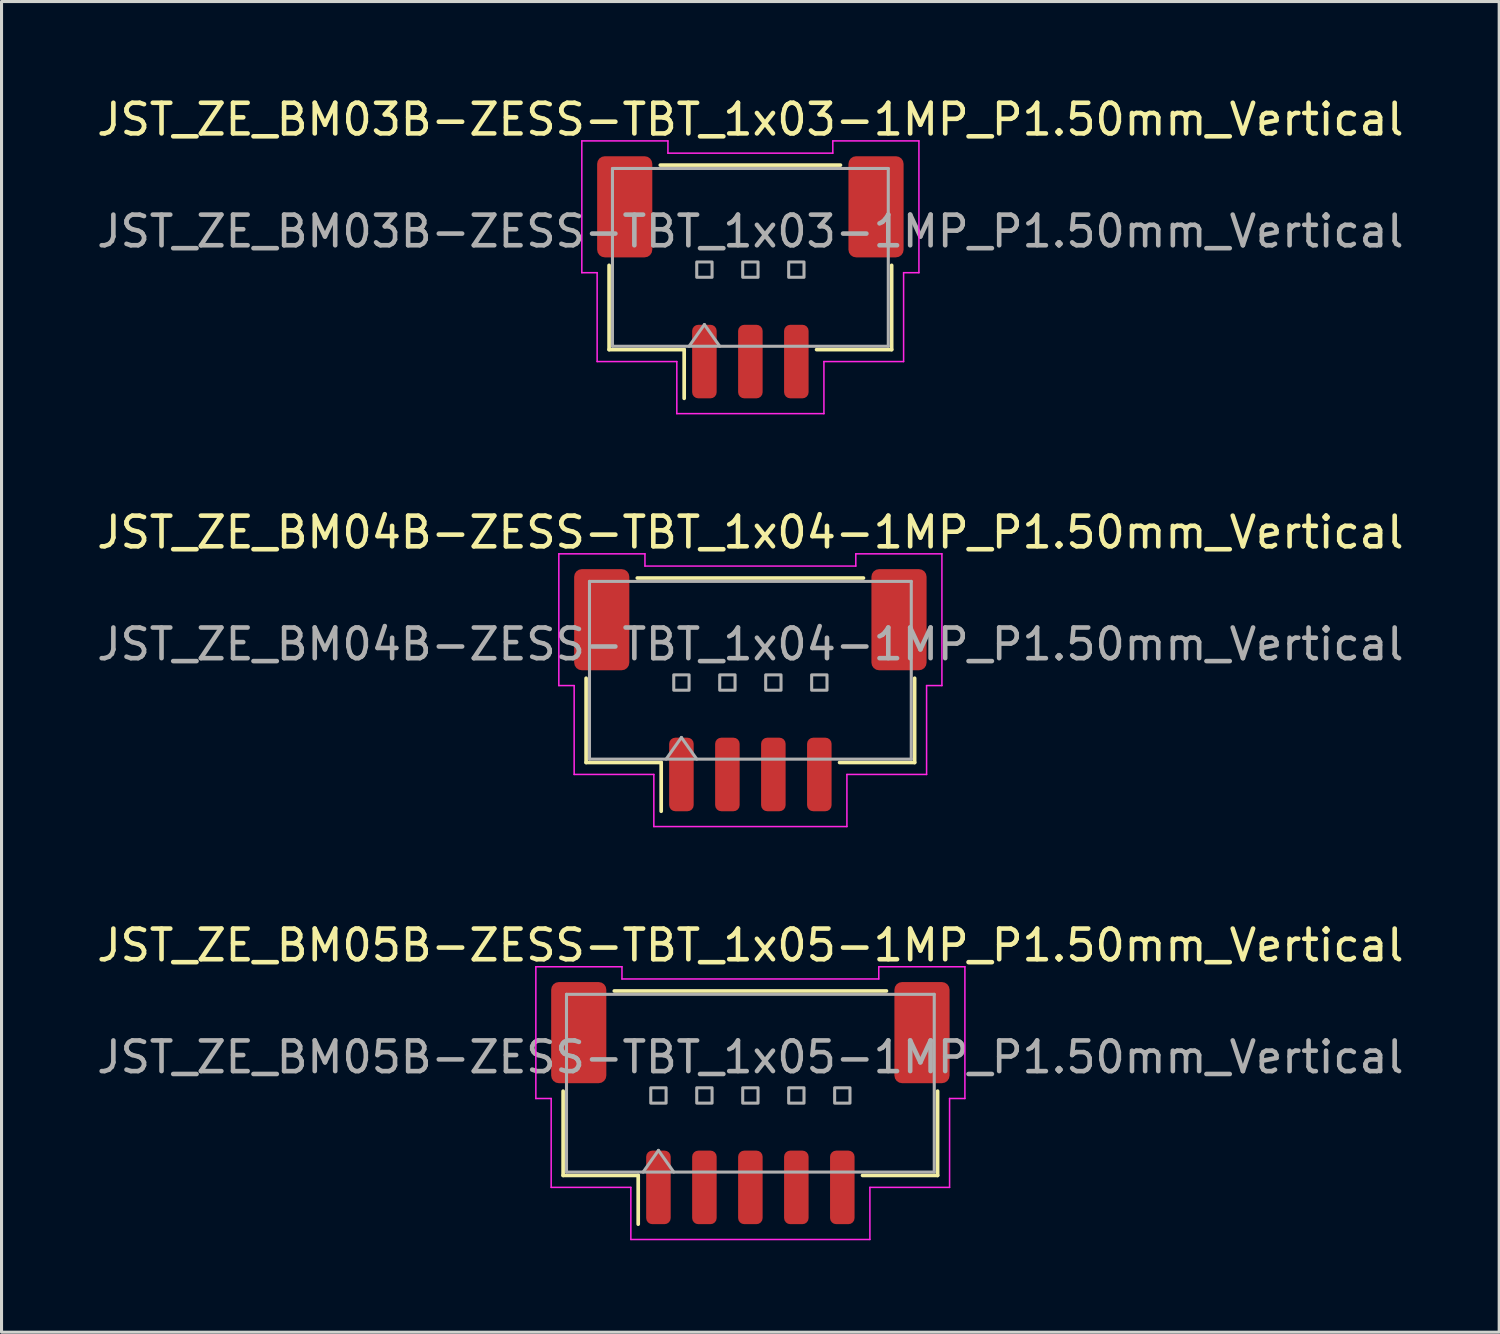
<source format=kicad_pcb>
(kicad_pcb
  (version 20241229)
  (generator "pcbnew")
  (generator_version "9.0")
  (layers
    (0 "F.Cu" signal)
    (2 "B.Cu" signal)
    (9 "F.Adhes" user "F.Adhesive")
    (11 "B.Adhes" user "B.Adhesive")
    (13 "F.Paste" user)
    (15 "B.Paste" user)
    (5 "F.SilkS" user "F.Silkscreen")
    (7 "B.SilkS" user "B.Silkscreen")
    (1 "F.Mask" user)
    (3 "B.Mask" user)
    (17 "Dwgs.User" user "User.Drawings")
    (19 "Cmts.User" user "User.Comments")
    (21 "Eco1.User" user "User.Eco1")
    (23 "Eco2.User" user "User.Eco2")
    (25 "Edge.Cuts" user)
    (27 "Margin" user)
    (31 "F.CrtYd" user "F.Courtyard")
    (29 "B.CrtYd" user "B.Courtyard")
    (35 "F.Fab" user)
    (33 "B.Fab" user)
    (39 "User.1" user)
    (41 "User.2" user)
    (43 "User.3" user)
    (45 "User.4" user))
  (footprint "JST_ZE_BM05B-ZESS-TBT_1x05-1MP_P1.50mm_Vertical"
    (layer "F.Cu")
    (at 21.435 32.945)
    (property "Reference" "JST_ZE_BM05B-ZESS-TBT_1x05-1MP_P1.50mm_Vertical" (at 0 -5.15 0) (layer "F.SilkS") (effects (font (size 1 1) (thickness 0.15))))
    (attr smd)
    (fp_line (start -6.11 -0.39) (end -6.11 2.36) (stroke (width 0.12) (type solid)) (layer "F.SilkS"))
    (fp_line (start -6.11 2.36) (end -3.66 2.36) (stroke (width 0.12) (type solid)) (layer "F.SilkS"))
    (fp_line (start -4.44 -3.66) (end 4.44 -3.66) (stroke (width 0.12) (type solid)) (layer "F.SilkS"))
    (fp_line (start -3.66 2.36) (end -3.66 3.95) (stroke (width 0.12) (type solid)) (layer "F.SilkS"))
    (fp_line (start 6.11 -0.39) (end 6.11 2.36) (stroke (width 0.12) (type solid)) (layer "F.SilkS"))
    (fp_line (start 6.11 2.36) (end 3.66 2.36) (stroke (width 0.12) (type solid)) (layer "F.SilkS"))
    (fp_line (start -7 -4.45) (end -4.19 -4.45) (stroke (width 0.05) (type solid)) (layer "F.CrtYd"))
    (fp_line (start -7 -0.15) (end -7 -4.45) (stroke (width 0.05) (type solid)) (layer "F.CrtYd"))
    (fp_line (start -6.5 -0.15) (end -7 -0.15) (stroke (width 0.05) (type solid)) (layer "F.CrtYd"))
    (fp_line (start -6.5 2.75) (end -6.5 -0.15) (stroke (width 0.05) (type solid)) (layer "F.CrtYd"))
    (fp_line (start -4.19 -4.45) (end -4.19 -4.05) (stroke (width 0.05) (type solid)) (layer "F.CrtYd"))
    (fp_line (start -4.19 -4.05) (end 4.19 -4.05) (stroke (width 0.05) (type solid)) (layer "F.CrtYd"))
    (fp_line (start -3.9 2.75) (end -6.5 2.75) (stroke (width 0.05) (type solid)) (layer "F.CrtYd"))
    (fp_line (start -3.9 4.45) (end -3.9 2.75) (stroke (width 0.05) (type solid)) (layer "F.CrtYd"))
    (fp_line (start 3.9 2.75) (end 3.9 4.45) (stroke (width 0.05) (type solid)) (layer "F.CrtYd"))
    (fp_line (start 3.9 4.45) (end -3.9 4.45) (stroke (width 0.05) (type solid)) (layer "F.CrtYd"))
    (fp_line (start 4.19 -4.45) (end 7 -4.45) (stroke (width 0.05) (type solid)) (layer "F.CrtYd"))
    (fp_line (start 4.19 -4.05) (end 4.19 -4.45) (stroke (width 0.05) (type solid)) (layer "F.CrtYd"))
    (fp_line (start 6.5 -0.15) (end 6.5 2.75) (stroke (width 0.05) (type solid)) (layer "F.CrtYd"))
    (fp_line (start 6.5 2.75) (end 3.9 2.75) (stroke (width 0.05) (type solid)) (layer "F.CrtYd"))
    (fp_line (start 7 -4.45) (end 7 -0.15) (stroke (width 0.05) (type solid)) (layer "F.CrtYd"))
    (fp_line (start 7 -0.15) (end 6.5 -0.15) (stroke (width 0.05) (type solid)) (layer "F.CrtYd"))
    (fp_line (start -6 -3.55) (end 6 -3.55) (stroke (width 0.1) (type solid)) (layer "F.Fab"))
    (fp_line (start -6 2.25) (end -6 -3.55) (stroke (width 0.1) (type solid)) (layer "F.Fab"))
    (fp_line (start -6 2.25) (end 6 2.25) (stroke (width 0.1) (type solid)) (layer "F.Fab"))
    (fp_line (start -3.5 2.25) (end -3 1.543) (stroke (width 0.1) (type solid)) (layer "F.Fab"))
    (fp_line (start -3 1.543) (end -2.5 2.25) (stroke (width 0.1) (type solid)) (layer "F.Fab"))
    (fp_line (start 6 2.25) (end 6 -3.55) (stroke (width 0.1) (type solid)) (layer "F.Fab"))
    (fp_rect (start -3.25 -0.5) (end -2.75 0) (stroke (width 0.1) (type solid)) (fill no) (layer "F.Fab"))
    (fp_rect (start -1.75 -0.5) (end -1.25 0) (stroke (width 0.1) (type solid)) (fill no) (layer "F.Fab"))
    (fp_rect (start -0.25 -0.5) (end 0.25 0) (stroke (width 0.1) (type solid)) (fill no) (layer "F.Fab"))
    (fp_rect (start 1.25 -0.5) (end 1.75 0) (stroke (width 0.1) (type solid)) (fill no) (layer "F.Fab"))
    (fp_rect (start 2.75 -0.5) (end 3.25 0) (stroke (width 0.1) (type solid)) (fill no) (layer "F.Fab"))
    (fp_text user "${REFERENCE}" (at 0 -1.5 0) (layer "F.Fab") (effects (font (size 1 1) (thickness 0.15))))
    (pad "1" smd roundrect (at -3 2.75) (size 0.8 2.4) (layers "F.Cu" "F.Mask" "F.Paste") (roundrect_rratio 0.25))
    (pad "2" smd roundrect (at -1.5 2.75) (size 0.8 2.4) (layers "F.Cu" "F.Mask" "F.Paste") (roundrect_rratio 0.25))
    (pad "3" smd roundrect (at 0 2.75) (size 0.8 2.4) (layers "F.Cu" "F.Mask" "F.Paste") (roundrect_rratio 0.25))
    (pad "4" smd roundrect (at 1.5 2.75) (size 0.8 2.4) (layers "F.Cu" "F.Mask" "F.Paste") (roundrect_rratio 0.25))
    (pad "5" smd roundrect (at 3 2.75) (size 0.8 2.4) (layers "F.Cu" "F.Mask" "F.Paste") (roundrect_rratio 0.25))
    (pad "MP" smd roundrect (at -5.6 -2.3) (size 1.8 3.3) (layers "F.Cu" "F.Mask" "F.Paste") (roundrect_rratio 0.139))
    (pad "MP" smd roundrect (at 5.6 -2.3) (size 1.8 3.3) (layers "F.Cu" "F.Mask" "F.Paste") (roundrect_rratio 0.139)))
  (footprint "JST_ZE_BM03B-ZESS-TBT_1x03-1MP_P1.50mm_Vertical"
    (layer "F.Cu")
    (at 21.435 5.998)
    (property "Reference" "JST_ZE_BM03B-ZESS-TBT_1x03-1MP_P1.50mm_Vertical" (at 0 -5.15 0) (layer "F.SilkS") (effects (font (size 1 1) (thickness 0.15))))
    (attr smd)
    (fp_line (start -4.61 -0.39) (end -4.61 2.36) (stroke (width 0.12) (type solid)) (layer "F.SilkS"))
    (fp_line (start -4.61 2.36) (end -2.16 2.36) (stroke (width 0.12) (type solid)) (layer "F.SilkS"))
    (fp_line (start -2.94 -3.66) (end 2.94 -3.66) (stroke (width 0.12) (type solid)) (layer "F.SilkS"))
    (fp_line (start -2.16 2.36) (end -2.16 3.95) (stroke (width 0.12) (type solid)) (layer "F.SilkS"))
    (fp_line (start 4.61 -0.39) (end 4.61 2.36) (stroke (width 0.12) (type solid)) (layer "F.SilkS"))
    (fp_line (start 4.61 2.36) (end 2.16 2.36) (stroke (width 0.12) (type solid)) (layer "F.SilkS"))
    (fp_line (start -5.5 -4.45) (end -2.69 -4.45) (stroke (width 0.05) (type solid)) (layer "F.CrtYd"))
    (fp_line (start -5.5 -0.15) (end -5.5 -4.45) (stroke (width 0.05) (type solid)) (layer "F.CrtYd"))
    (fp_line (start -5 -0.15) (end -5.5 -0.15) (stroke (width 0.05) (type solid)) (layer "F.CrtYd"))
    (fp_line (start -5 2.75) (end -5 -0.15) (stroke (width 0.05) (type solid)) (layer "F.CrtYd"))
    (fp_line (start -2.69 -4.45) (end -2.69 -4.05) (stroke (width 0.05) (type solid)) (layer "F.CrtYd"))
    (fp_line (start -2.69 -4.05) (end 2.69 -4.05) (stroke (width 0.05) (type solid)) (layer "F.CrtYd"))
    (fp_line (start -2.4 2.75) (end -5 2.75) (stroke (width 0.05) (type solid)) (layer "F.CrtYd"))
    (fp_line (start -2.4 4.45) (end -2.4 2.75) (stroke (width 0.05) (type solid)) (layer "F.CrtYd"))
    (fp_line (start 2.4 2.75) (end 2.4 4.45) (stroke (width 0.05) (type solid)) (layer "F.CrtYd"))
    (fp_line (start 2.4 4.45) (end -2.4 4.45) (stroke (width 0.05) (type solid)) (layer "F.CrtYd"))
    (fp_line (start 2.69 -4.45) (end 5.5 -4.45) (stroke (width 0.05) (type solid)) (layer "F.CrtYd"))
    (fp_line (start 2.69 -4.05) (end 2.69 -4.45) (stroke (width 0.05) (type solid)) (layer "F.CrtYd"))
    (fp_line (start 5 -0.15) (end 5 2.75) (stroke (width 0.05) (type solid)) (layer "F.CrtYd"))
    (fp_line (start 5 2.75) (end 2.4 2.75) (stroke (width 0.05) (type solid)) (layer "F.CrtYd"))
    (fp_line (start 5.5 -4.45) (end 5.5 -0.15) (stroke (width 0.05) (type solid)) (layer "F.CrtYd"))
    (fp_line (start 5.5 -0.15) (end 5 -0.15) (stroke (width 0.05) (type solid)) (layer "F.CrtYd"))
    (fp_line (start -4.5 -3.55) (end 4.5 -3.55) (stroke (width 0.1) (type solid)) (layer "F.Fab"))
    (fp_line (start -4.5 2.25) (end -4.5 -3.55) (stroke (width 0.1) (type solid)) (layer "F.Fab"))
    (fp_line (start -4.5 2.25) (end 4.5 2.25) (stroke (width 0.1) (type solid)) (layer "F.Fab"))
    (fp_line (start -2 2.25) (end -1.5 1.543) (stroke (width 0.1) (type solid)) (layer "F.Fab"))
    (fp_line (start -1.5 1.543) (end -1 2.25) (stroke (width 0.1) (type solid)) (layer "F.Fab"))
    (fp_line (start 4.5 2.25) (end 4.5 -3.55) (stroke (width 0.1) (type solid)) (layer "F.Fab"))
    (fp_rect (start -1.75 -0.5) (end -1.25 0) (stroke (width 0.1) (type solid)) (fill no) (layer "F.Fab"))
    (fp_rect (start -0.25 -0.5) (end 0.25 0) (stroke (width 0.1) (type solid)) (fill no) (layer "F.Fab"))
    (fp_rect (start 1.25 -0.5) (end 1.75 0) (stroke (width 0.1) (type solid)) (fill no) (layer "F.Fab"))
    (fp_text user "${REFERENCE}" (at 0 -1.5 0) (layer "F.Fab") (effects (font (size 1 1) (thickness 0.15))))
    (pad "1" smd roundrect (at -1.5 2.75) (size 0.8 2.4) (layers "F.Cu" "F.Mask" "F.Paste") (roundrect_rratio 0.25))
    (pad "2" smd roundrect (at 0 2.75) (size 0.8 2.4) (layers "F.Cu" "F.Mask" "F.Paste") (roundrect_rratio 0.25))
    (pad "3" smd roundrect (at 1.5 2.75) (size 0.8 2.4) (layers "F.Cu" "F.Mask" "F.Paste") (roundrect_rratio 0.25))
    (pad "MP" smd roundrect (at -4.1 -2.3) (size 1.8 3.3) (layers "F.Cu" "F.Mask" "F.Paste") (roundrect_rratio 0.139))
    (pad "MP" smd roundrect (at 4.1 -2.3) (size 1.8 3.3) (layers "F.Cu" "F.Mask" "F.Paste") (roundrect_rratio 0.139)))
  (footprint "JST_ZE_BM04B-ZESS-TBT_1x04-1MP_P1.50mm_Vertical"
    (layer "F.Cu")
    (at 21.435 19.471)
    (property "Reference" "JST_ZE_BM04B-ZESS-TBT_1x04-1MP_P1.50mm_Vertical" (at 0 -5.15 0) (layer "F.SilkS") (effects (font (size 1 1) (thickness 0.15))))
    (attr smd)
    (fp_line (start -5.36 -0.39) (end -5.36 2.36) (stroke (width 0.12) (type solid)) (layer "F.SilkS"))
    (fp_line (start -5.36 2.36) (end -2.91 2.36) (stroke (width 0.12) (type solid)) (layer "F.SilkS"))
    (fp_line (start -3.69 -3.66) (end 3.69 -3.66) (stroke (width 0.12) (type solid)) (layer "F.SilkS"))
    (fp_line (start -2.91 2.36) (end -2.91 3.95) (stroke (width 0.12) (type solid)) (layer "F.SilkS"))
    (fp_line (start 5.36 -0.39) (end 5.36 2.36) (stroke (width 0.12) (type solid)) (layer "F.SilkS"))
    (fp_line (start 5.36 2.36) (end 2.91 2.36) (stroke (width 0.12) (type solid)) (layer "F.SilkS"))
    (fp_line (start -6.25 -4.45) (end -3.44 -4.45) (stroke (width 0.05) (type solid)) (layer "F.CrtYd"))
    (fp_line (start -6.25 -0.15) (end -6.25 -4.45) (stroke (width 0.05) (type solid)) (layer "F.CrtYd"))
    (fp_line (start -5.75 -0.15) (end -6.25 -0.15) (stroke (width 0.05) (type solid)) (layer "F.CrtYd"))
    (fp_line (start -5.75 2.75) (end -5.75 -0.15) (stroke (width 0.05) (type solid)) (layer "F.CrtYd"))
    (fp_line (start -3.44 -4.45) (end -3.44 -4.05) (stroke (width 0.05) (type solid)) (layer "F.CrtYd"))
    (fp_line (start -3.44 -4.05) (end 3.44 -4.05) (stroke (width 0.05) (type solid)) (layer "F.CrtYd"))
    (fp_line (start -3.15 2.75) (end -5.75 2.75) (stroke (width 0.05) (type solid)) (layer "F.CrtYd"))
    (fp_line (start -3.15 4.45) (end -3.15 2.75) (stroke (width 0.05) (type solid)) (layer "F.CrtYd"))
    (fp_line (start 3.15 2.75) (end 3.15 4.45) (stroke (width 0.05) (type solid)) (layer "F.CrtYd"))
    (fp_line (start 3.15 4.45) (end -3.15 4.45) (stroke (width 0.05) (type solid)) (layer "F.CrtYd"))
    (fp_line (start 3.44 -4.45) (end 6.25 -4.45) (stroke (width 0.05) (type solid)) (layer "F.CrtYd"))
    (fp_line (start 3.44 -4.05) (end 3.44 -4.45) (stroke (width 0.05) (type solid)) (layer "F.CrtYd"))
    (fp_line (start 5.75 -0.15) (end 5.75 2.75) (stroke (width 0.05) (type solid)) (layer "F.CrtYd"))
    (fp_line (start 5.75 2.75) (end 3.15 2.75) (stroke (width 0.05) (type solid)) (layer "F.CrtYd"))
    (fp_line (start 6.25 -4.45) (end 6.25 -0.15) (stroke (width 0.05) (type solid)) (layer "F.CrtYd"))
    (fp_line (start 6.25 -0.15) (end 5.75 -0.15) (stroke (width 0.05) (type solid)) (layer "F.CrtYd"))
    (fp_line (start -5.25 -3.55) (end 5.25 -3.55) (stroke (width 0.1) (type solid)) (layer "F.Fab"))
    (fp_line (start -5.25 2.25) (end -5.25 -3.55) (stroke (width 0.1) (type solid)) (layer "F.Fab"))
    (fp_line (start -5.25 2.25) (end 5.25 2.25) (stroke (width 0.1) (type solid)) (layer "F.Fab"))
    (fp_line (start -2.75 2.25) (end -2.25 1.543) (stroke (width 0.1) (type solid)) (layer "F.Fab"))
    (fp_line (start -2.25 1.543) (end -1.75 2.25) (stroke (width 0.1) (type solid)) (layer "F.Fab"))
    (fp_line (start 5.25 2.25) (end 5.25 -3.55) (stroke (width 0.1) (type solid)) (layer "F.Fab"))
    (fp_rect (start -2.5 -0.5) (end -2 0) (stroke (width 0.1) (type solid)) (fill no) (layer "F.Fab"))
    (fp_rect (start -1 -0.5) (end -0.5 0) (stroke (width 0.1) (type solid)) (fill no) (layer "F.Fab"))
    (fp_rect (start 0.5 -0.5) (end 1 0) (stroke (width 0.1) (type solid)) (fill no) (layer "F.Fab"))
    (fp_rect (start 2 -0.5) (end 2.5 0) (stroke (width 0.1) (type solid)) (fill no) (layer "F.Fab"))
    (fp_text user "${REFERENCE}" (at 0 -1.5 0) (layer "F.Fab") (effects (font (size 1 1) (thickness 0.15))))
    (pad "1" smd roundrect (at -2.25 2.75) (size 0.8 2.4) (layers "F.Cu" "F.Mask" "F.Paste") (roundrect_rratio 0.25))
    (pad "2" smd roundrect (at -0.75 2.75) (size 0.8 2.4) (layers "F.Cu" "F.Mask" "F.Paste") (roundrect_rratio 0.25))
    (pad "3" smd roundrect (at 0.75 2.75) (size 0.8 2.4) (layers "F.Cu" "F.Mask" "F.Paste") (roundrect_rratio 0.25))
    (pad "4" smd roundrect (at 2.25 2.75) (size 0.8 2.4) (layers "F.Cu" "F.Mask" "F.Paste") (roundrect_rratio 0.25))
    (pad "MP" smd roundrect (at -4.85 -2.3) (size 1.8 3.3) (layers "F.Cu" "F.Mask" "F.Paste") (roundrect_rratio 0.139))
    (pad "MP" smd roundrect (at 4.85 -2.3) (size 1.8 3.3) (layers "F.Cu" "F.Mask" "F.Paste") (roundrect_rratio 0.139)))
  (gr_rect
    (start -3 -3)
    (end 45.869 40.42)
    (stroke (width 0.1) (type default))
    (fill no)
    (layer "Edge.Cuts")))
</source>
